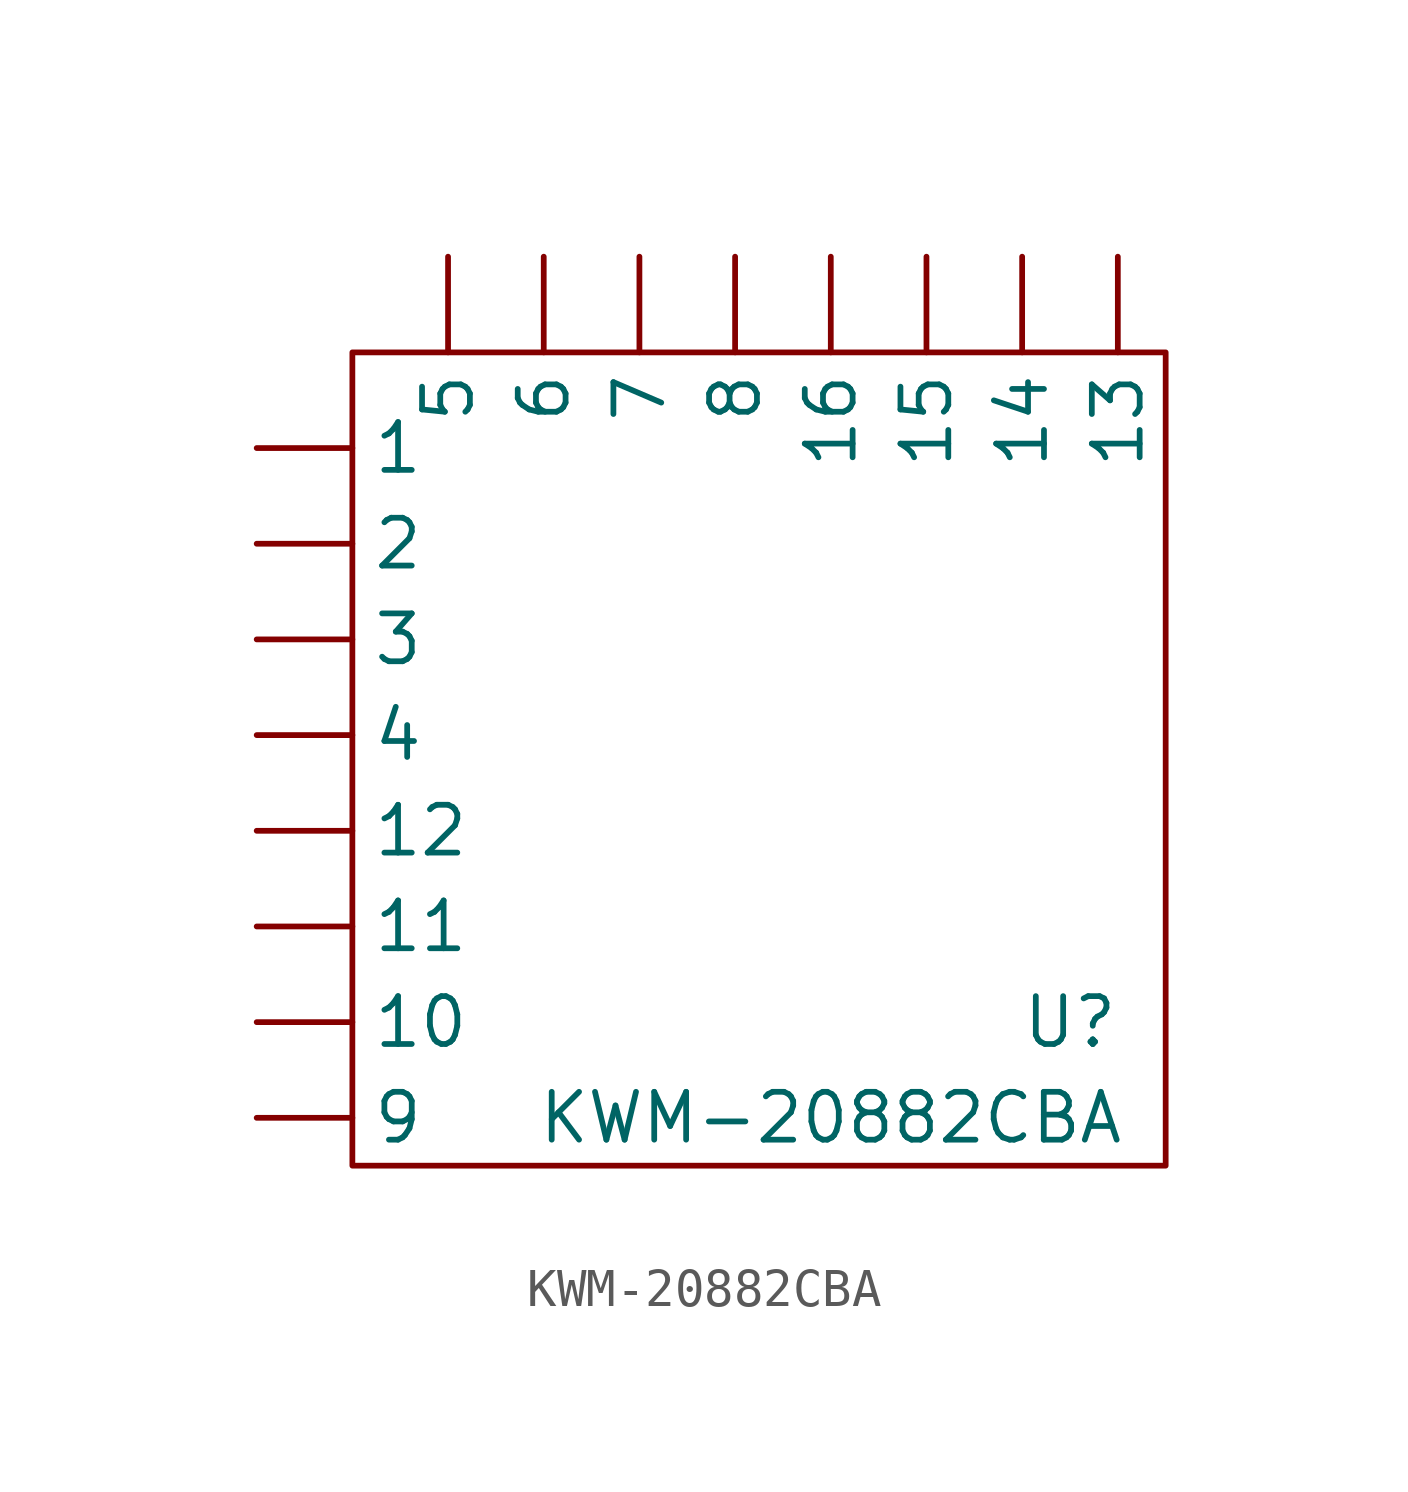
<source format=kicad_sym>
(kicad_symbol_lib
  (version 20211014)
  (generator kicad_symbol_editor)
  (symbol "KWM-20882CBA"
    (property "Reference" "U"
      (at 15.24 -6.35 0)
      (effects (font (size 1.27 1.27))))
    (property "Value" "KWM-20882CBA"
      (at 8.89 -8.89 0)
      (effects (font (size 1.27 1.27))))
    (symbol "KWM-20882CBA_0_1"
      (rectangle (start -3.81 11.43) (end 17.78 -10.16) (stroke (width 0) (type default) (color 0 0 0 0)) (fill (type none))))
    (symbol "KWM-20882CBA_1_1"
      (pin input line (at -6.35 8.89 0) (length 2.54) (name "1" (effects (font (size 1.27 1.27)))) (number "" (effects (font (size 1.27 1.27)))))
      (pin input line (at -6.35 -6.35 0) (length 2.54) (name "10" (effects (font (size 1.27 1.27)))) (number "" (effects (font (size 1.27 1.27)))))
      (pin input line (at -6.35 -3.81 0) (length 2.54) (name "11" (effects (font (size 1.27 1.27)))) (number "" (effects (font (size 1.27 1.27)))))
      (pin input line (at -6.35 -1.27 0) (length 2.54) (name "12" (effects (font (size 1.27 1.27)))) (number "" (effects (font (size 1.27 1.27)))))
      (pin input line (at 16.51 13.97 270) (length 2.54) (name "13" (effects (font (size 1.27 1.27)))) (number "" (effects (font (size 1.27 1.27)))))
      (pin input line (at 13.97 13.97 270) (length 2.54) (name "14" (effects (font (size 1.27 1.27)))) (number "" (effects (font (size 1.27 1.27)))))
      (pin input line (at 11.43 13.97 270) (length 2.54) (name "15" (effects (font (size 1.27 1.27)))) (number "" (effects (font (size 1.27 1.27)))))
      (pin input line (at 8.89 13.97 270) (length 2.54) (name "16" (effects (font (size 1.27 1.27)))) (number "" (effects (font (size 1.27 1.27)))))
      (pin input line (at -6.35 6.35 0) (length 2.54) (name "2" (effects (font (size 1.27 1.27)))) (number "" (effects (font (size 1.27 1.27)))))
      (pin input line (at -6.35 3.81 0) (length 2.54) (name "3" (effects (font (size 1.27 1.27)))) (number "" (effects (font (size 1.27 1.27)))))
      (pin input line (at -6.35 1.27 0) (length 2.54) (name "4" (effects (font (size 1.27 1.27)))) (number "" (effects (font (size 1.27 1.27)))))
      (pin input line (at -1.27 13.97 270) (length 2.54) (name "5" (effects (font (size 1.27 1.27)))) (number "" (effects (font (size 1.27 1.27)))))
      (pin input line (at 1.27 13.97 270) (length 2.54) (name "6" (effects (font (size 1.27 1.27)))) (number "" (effects (font (size 1.27 1.27)))))
      (pin input line (at 3.81 13.97 270) (length 2.54) (name "7" (effects (font (size 1.27 1.27)))) (number "" (effects (font (size 1.27 1.27)))))
      (pin input line (at 6.35 13.97 270) (length 2.54) (name "8" (effects (font (size 1.27 1.27)))) (number "" (effects (font (size 1.27 1.27)))))
      (pin input line (at -6.35 -8.89 0) (length 2.54) (name "9" (effects (font (size 1.27 1.27)))) (number "" (effects (font (size 1.27 1.27))))))))
</source>
